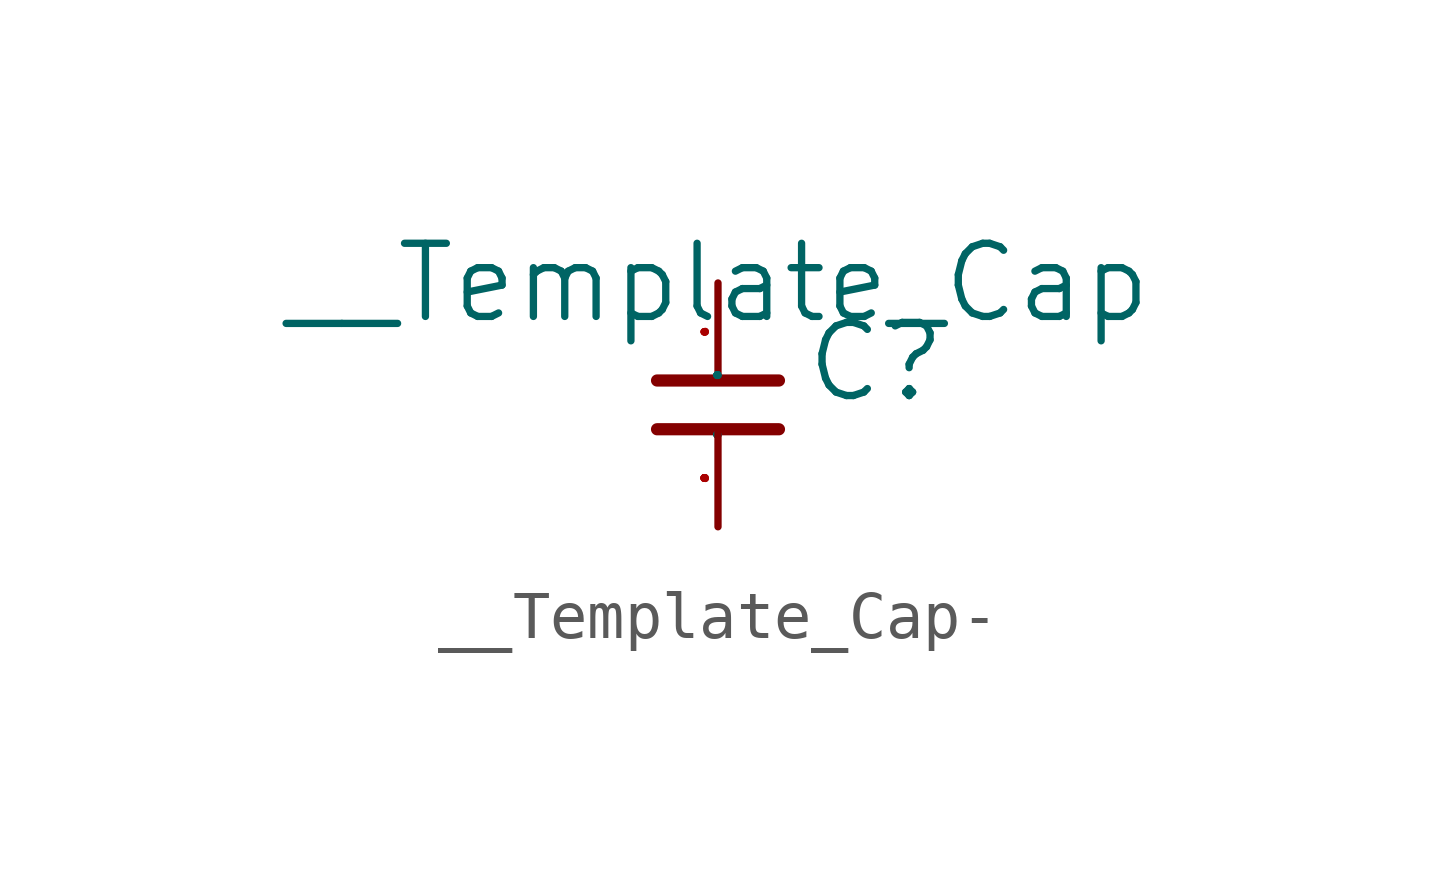
<source format=kicad_sym>
(kicad_symbol_lib
  (version 20220914)
  (generator kicad_symbol_editor)
  (symbol "__Template_Cap-"
    (pin_names
      (offset 1.016))
    (property "Reference" "C"
      (at 1.778 -2.54 0)
      (effects (font (size 1.524 1.524)) (justify left bottom)))
    (property "Value" "__Template_Cap"
      (at 0 0 0)
      (effects (font (size 1.524 1.524))))
    (property "Footprint" ""
      (at 0 0 0)
      (effects (font (size 1.524 1.524))))
    (property "Datasheet" ""
      (at 0 0 0)
      (effects (font (size 1.524 1.524))))
    (symbol "__Template_Cap-_0_1"
      (polyline (pts (xy 1.27 -3.048) (xy -1.27 -3.048)) (stroke (width 0.254) (type solid)) (fill (type none)))
      (polyline (pts (xy 1.27 -2.032) (xy -1.27 -2.032)) (stroke (width 0.254) (type solid)) (fill (type none)))
      (pin passive line (at 0 0 270) (length 2.032) (name "P" (effects (font (size 0.025 0.025)))) (number "1" (effects (font (size 0.025 0.025)))))
      (pin passive line (at 0 -5.08 90) (length 2.032) (name "P" (effects (font (size 0.025 0.025)))) (number "2" (effects (font (size 0.025 0.025))))))))
</source>
